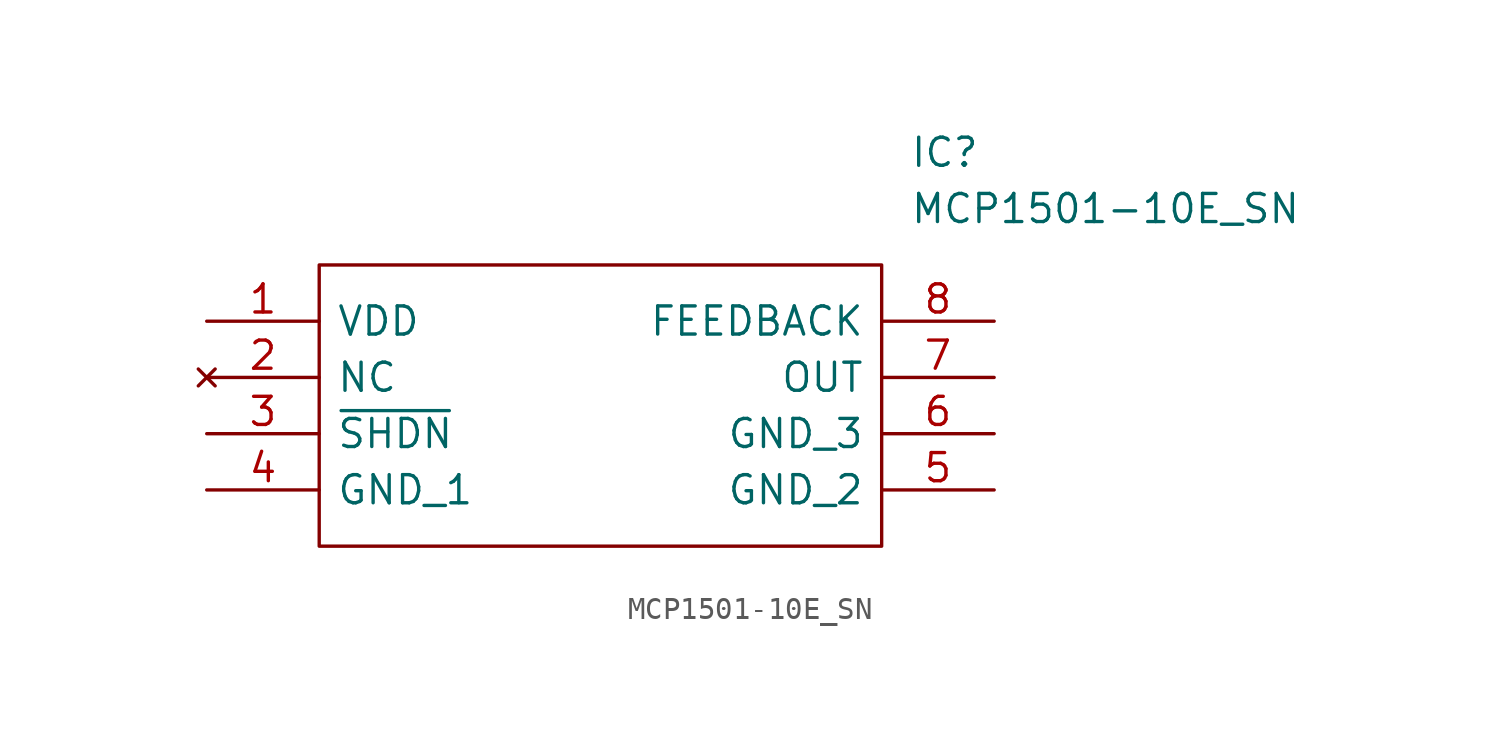
<source format=kicad_sym>
(kicad_symbol_lib
  (version 20211014)
  (generator kicad_symbol_editor)
  (symbol "MCP1501-10E_SN"
    (pin_names
      (offset 0.762))
    (property "Reference" "IC"
      (at 31.75 7.62 0)
      (effects (font (size 1.27 1.27)) (justify left)))
    (property "Value" "MCP1501-10E_SN"
      (at 31.75 5.08 0)
      (effects (font (size 1.27 1.27)) (justify left)))
    (symbol "MCP1501-10E_SN_0_0"
      (pin passive line (at 0 0 0) (length 5.08) (name "VDD" (effects (font (size 1.27 1.27)))) (number "1" (effects (font (size 1.27 1.27)))))
      (pin no_connect line (at 0 -2.54 0) (length 5.08) (name "NC" (effects (font (size 1.27 1.27)))) (number "2" (effects (font (size 1.27 1.27)))))
      (pin passive line (at 0 -5.08 0) (length 5.08) (name "~{SHDN}" (effects (font (size 1.27 1.27)))) (number "3" (effects (font (size 1.27 1.27)))))
      (pin passive line (at 0 -7.62 0) (length 5.08) (name "GND_1" (effects (font (size 1.27 1.27)))) (number "4" (effects (font (size 1.27 1.27)))))
      (pin passive line (at 35.56 -7.62 180) (length 5.08) (name "GND_2" (effects (font (size 1.27 1.27)))) (number "5" (effects (font (size 1.27 1.27)))))
      (pin passive line (at 35.56 -5.08 180) (length 5.08) (name "GND_3" (effects (font (size 1.27 1.27)))) (number "6" (effects (font (size 1.27 1.27)))))
      (pin passive line (at 35.56 -2.54 180) (length 5.08) (name "OUT" (effects (font (size 1.27 1.27)))) (number "7" (effects (font (size 1.27 1.27)))))
      (pin passive line (at 35.56 0 180) (length 5.08) (name "FEEDBACK" (effects (font (size 1.27 1.27)))) (number "8" (effects (font (size 1.27 1.27))))))
    (symbol "MCP1501-10E_SN_0_1"
      (polyline (pts (xy 5.08 2.54) (xy 30.48 2.54) (xy 30.48 -10.16) (xy 5.08 -10.16) (xy 5.08 2.54)) (stroke (width 0.152) (type default) (color 0 0 0 0)) (fill (type none))))))
</source>
